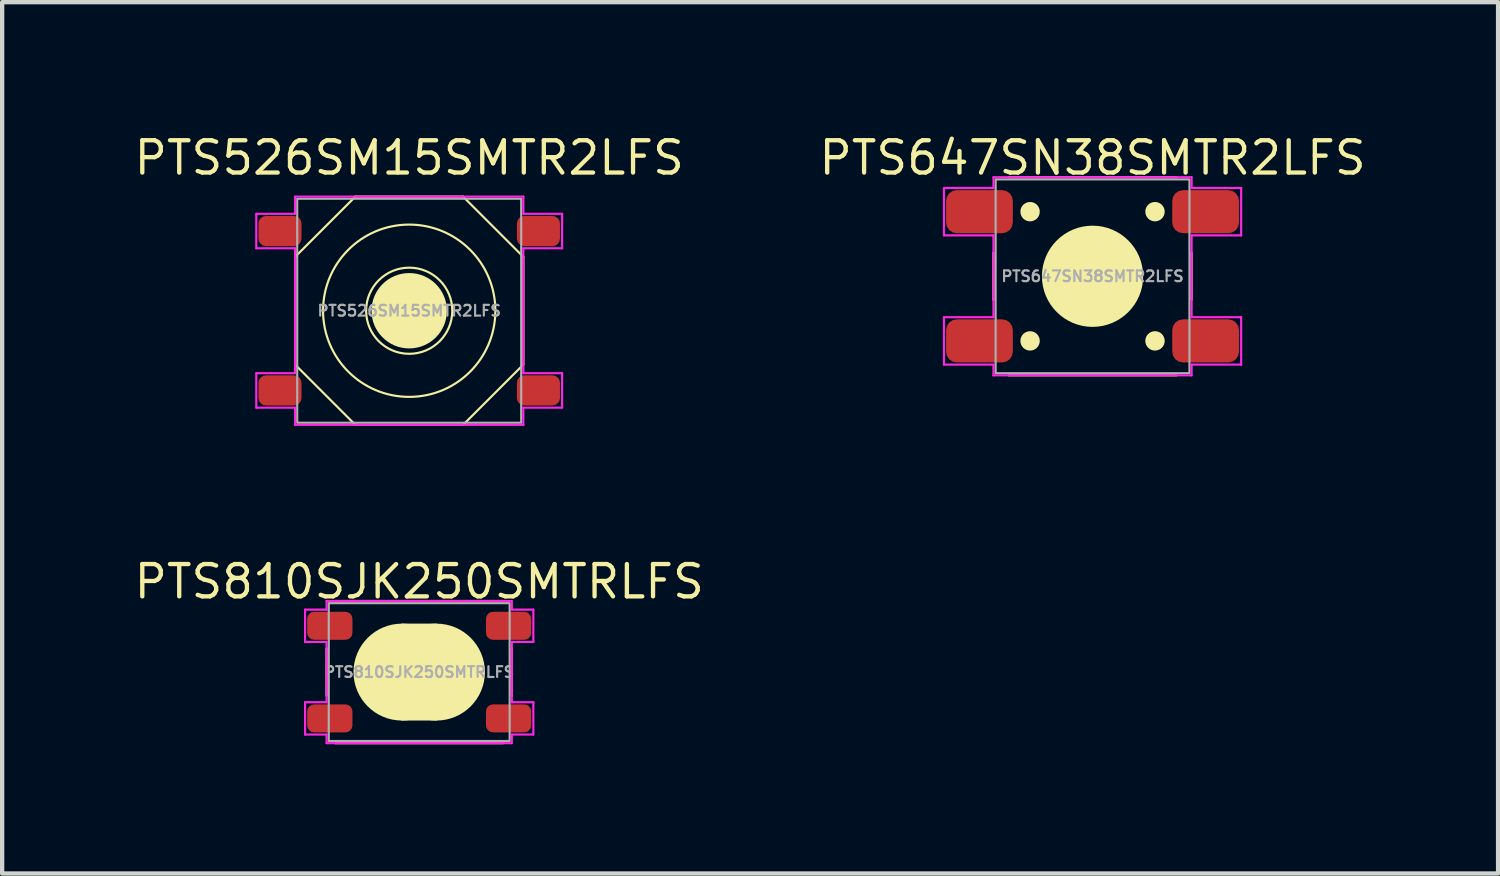
<source format=kicad_pcb>
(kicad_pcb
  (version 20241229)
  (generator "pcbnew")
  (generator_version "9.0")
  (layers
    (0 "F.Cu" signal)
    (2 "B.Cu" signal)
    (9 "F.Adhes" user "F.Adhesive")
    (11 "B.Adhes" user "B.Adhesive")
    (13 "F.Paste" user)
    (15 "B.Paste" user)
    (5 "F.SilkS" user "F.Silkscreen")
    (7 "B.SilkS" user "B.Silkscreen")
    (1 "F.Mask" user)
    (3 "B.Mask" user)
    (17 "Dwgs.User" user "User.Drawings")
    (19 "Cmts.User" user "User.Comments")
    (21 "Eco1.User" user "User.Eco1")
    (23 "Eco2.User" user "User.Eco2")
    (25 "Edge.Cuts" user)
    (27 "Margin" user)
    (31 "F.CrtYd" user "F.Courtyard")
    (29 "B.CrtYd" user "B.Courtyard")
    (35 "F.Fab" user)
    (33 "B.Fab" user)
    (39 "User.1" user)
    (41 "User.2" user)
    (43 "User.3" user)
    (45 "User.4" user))
  (footprint "PTS526SM15SMTR2LFS"
    (layer "F.Cu")
    (at 6.45 4.164)
    (property "Reference" "PTS526SM15SMTR2LFS" (at 0 -3.55 0) (unlocked yes) (layer "F.SilkS") (effects (font (size 0.75 0.75) (thickness 0.1))))
    (attr smd)
    (fp_line (start -2.65 1.25) (end -2.65 -1.25) (stroke (width 0.05) (type solid)) (layer "F.SilkS"))
    (fp_line (start -2.65 1.25) (end -1.25 2.65) (stroke (width 0.05) (type solid)) (layer "F.SilkS"))
    (fp_line (start -1.25 -2.65) (end -2.65 -1.25) (stroke (width 0.05) (type solid)) (layer "F.SilkS"))
    (fp_line (start -1.25 -2.65) (end 1.25 -2.65) (stroke (width 0.05) (type solid)) (layer "F.SilkS"))
    (fp_line (start -1.25 2.65) (end 1.25 2.65) (stroke (width 0.05) (type solid)) (layer "F.SilkS"))
    (fp_line (start 1.25 -2.65) (end 2.65 -1.25) (stroke (width 0.05) (type solid)) (layer "F.SilkS"))
    (fp_line (start 1.25 2.65) (end 2.65 1.25) (stroke (width 0.05) (type solid)) (layer "F.SilkS"))
    (fp_line (start 2.65 1.25) (end 2.65 -1.25) (stroke (width 0.05) (type solid)) (layer "F.SilkS"))
    (fp_circle (center 0 0) (end 0 -2) (stroke (width 0.05) (type solid)) (fill no) (layer "F.SilkS"))
    (fp_circle (center 0 0) (end 0 -1) (stroke (width 0.05) (type solid)) (fill no) (layer "F.SilkS"))
    (fp_circle (center 0 0) (end 0.85 0) (stroke (width 0.05) (type solid)) (fill yes) (layer "F.SilkS"))
    (fp_line (start -3.55 -2.25) (end -2.65 -2.25) (stroke (width 0.05) (type solid)) (layer "F.CrtYd"))
    (fp_line (start -3.55 -1.45) (end -3.55 -2.25) (stroke (width 0.05) (type solid)) (layer "F.CrtYd"))
    (fp_line (start -3.55 1.45) (end -2.65 1.45) (stroke (width 0.05) (type solid)) (layer "F.CrtYd"))
    (fp_line (start -3.55 2.25) (end -3.55 1.45) (stroke (width 0.05) (type solid)) (layer "F.CrtYd"))
    (fp_line (start -2.65 -2.65) (end 2.65 -2.65) (stroke (width 0.05) (type solid)) (layer "F.CrtYd"))
    (fp_line (start -2.65 -2.25) (end -2.65 -2.65) (stroke (width 0.05) (type solid)) (layer "F.CrtYd"))
    (fp_line (start -2.65 -1.45) (end -3.55 -1.45) (stroke (width 0.05) (type solid)) (layer "F.CrtYd"))
    (fp_line (start -2.65 1.45) (end -2.65 -1.45) (stroke (width 0.05) (type solid)) (layer "F.CrtYd"))
    (fp_line (start -2.65 2.25) (end -3.55 2.25) (stroke (width 0.05) (type solid)) (layer "F.CrtYd"))
    (fp_line (start -2.65 2.65) (end -2.65 2.25) (stroke (width 0.05) (type solid)) (layer "F.CrtYd"))
    (fp_line (start 2.65 -2.65) (end 2.65 -2.25) (stroke (width 0.05) (type solid)) (layer "F.CrtYd"))
    (fp_line (start 2.65 -2.25) (end 3.55 -2.25) (stroke (width 0.05) (type solid)) (layer "F.CrtYd"))
    (fp_line (start 2.65 -1.45) (end 2.65 1.45) (stroke (width 0.05) (type solid)) (layer "F.CrtYd"))
    (fp_line (start 2.65 1.45) (end 3.55 1.45) (stroke (width 0.05) (type solid)) (layer "F.CrtYd"))
    (fp_line (start 2.65 2.25) (end 2.65 2.65) (stroke (width 0.05) (type solid)) (layer "F.CrtYd"))
    (fp_line (start 2.65 2.65) (end -2.65 2.65) (stroke (width 0.05) (type solid)) (layer "F.CrtYd"))
    (fp_line (start 3.55 -2.25) (end 3.55 -1.45) (stroke (width 0.05) (type solid)) (layer "F.CrtYd"))
    (fp_line (start 3.55 -1.45) (end 2.65 -1.45) (stroke (width 0.05) (type solid)) (layer "F.CrtYd"))
    (fp_line (start 3.55 1.45) (end 3.55 2.25) (stroke (width 0.05) (type solid)) (layer "F.CrtYd"))
    (fp_line (start 3.55 2.25) (end 2.65 2.25) (stroke (width 0.05) (type solid)) (layer "F.CrtYd"))
    (fp_rect (start -2.6 -2.6) (end 2.6 2.6) (stroke (width 0.05) (type solid)) (fill no) (layer "F.Fab"))
    (fp_text user "${REFERENCE}" (at 0 0 0) (unlocked yes) (layer "F.Fab") (effects (font (size 0.25 0.25) (thickness 0.05))))
    (pad "1" smd roundrect (at -3 -1.85) (size 1 0.7) (layers "F.Cu" "F.Mask" "F.Paste") (roundrect_rratio 0.25))
    (pad "2" smd roundrect (at 3 -1.85) (size 1 0.7) (layers "F.Cu" "F.Mask" "F.Paste") (roundrect_rratio 0.25))
    (pad "3" smd roundrect (at -3 1.85) (size 1 0.7) (layers "F.Cu" "F.Mask" "F.Paste") (roundrect_rratio 0.25))
    (pad "4" smd roundrect (at 3 1.85) (size 1 0.7) (layers "F.Cu" "F.Mask" "F.Paste") (roundrect_rratio 0.25)))
  (footprint "PTS810SJK250SMTRLFS"
    (layer "F.Cu")
    (at 6.682 12.553)
    (property "Reference" "PTS810SJK250SMTRLFS" (at 0 -2.1 0) (unlocked yes) (layer "F.SilkS") (effects (font (size 0.75 0.75) (thickness 0.1))))
    (attr smd)
    (fp_line (start -2.15 -0.55) (end -2.15 0.55) (stroke (width 0.05) (type solid)) (layer "F.SilkS"))
    (fp_line (start -1.95 -1.65) (end 1.95 -1.65) (stroke (width 0.05) (type solid)) (layer "F.SilkS"))
    (fp_line (start -1.95 1.65) (end 1.95 1.65) (stroke (width 0.05) (type solid)) (layer "F.SilkS"))
    (fp_line (start 2.15 -0.55) (end 2.15 0.55) (stroke (width 0.05) (type solid)) (layer "F.SilkS"))
    (fp_rect (start 0.4 1.1) (end -0.4 -1.1) (stroke (width 0.05) (type solid)) (fill yes) (layer "F.SilkS"))
    (fp_circle (center -0.4 0) (end 0.7 0) (stroke (width 0.05) (type solid)) (fill yes) (layer "F.SilkS"))
    (fp_circle (center 0.4 0) (end 1.5 0) (stroke (width 0.05) (type solid)) (fill yes) (layer "F.SilkS"))
    (fp_line (start -2.65 -1.45) (end -2.15 -1.45) (stroke (width 0.05) (type solid)) (layer "F.CrtYd"))
    (fp_line (start -2.65 -0.7) (end -2.65 -1.45) (stroke (width 0.05) (type solid)) (layer "F.CrtYd"))
    (fp_line (start -2.65 0.7) (end -2.15 0.7) (stroke (width 0.05) (type solid)) (layer "F.CrtYd"))
    (fp_line (start -2.65 1.45) (end -2.65 0.7) (stroke (width 0.05) (type solid)) (layer "F.CrtYd"))
    (fp_line (start -2.15 -1.65) (end 2.15 -1.65) (stroke (width 0.05) (type solid)) (layer "F.CrtYd"))
    (fp_line (start -2.15 -1.45) (end -2.15 -1.65) (stroke (width 0.05) (type solid)) (layer "F.CrtYd"))
    (fp_line (start -2.15 -0.7) (end -2.65 -0.7) (stroke (width 0.05) (type solid)) (layer "F.CrtYd"))
    (fp_line (start -2.15 0.7) (end -2.15 -0.7) (stroke (width 0.05) (type solid)) (layer "F.CrtYd"))
    (fp_line (start -2.15 1.45) (end -2.65 1.45) (stroke (width 0.05) (type solid)) (layer "F.CrtYd"))
    (fp_line (start -2.15 1.65) (end -2.15 1.45) (stroke (width 0.05) (type solid)) (layer "F.CrtYd"))
    (fp_line (start 2.15 -1.65) (end 2.15 -1.45) (stroke (width 0.05) (type solid)) (layer "F.CrtYd"))
    (fp_line (start 2.15 -1.45) (end 2.65 -1.45) (stroke (width 0.05) (type solid)) (layer "F.CrtYd"))
    (fp_line (start 2.15 -0.7) (end 2.15 0.7) (stroke (width 0.05) (type solid)) (layer "F.CrtYd"))
    (fp_line (start 2.15 0.7) (end 2.65 0.7) (stroke (width 0.05) (type solid)) (layer "F.CrtYd"))
    (fp_line (start 2.15 1.45) (end 2.15 1.65) (stroke (width 0.05) (type solid)) (layer "F.CrtYd"))
    (fp_line (start 2.15 1.65) (end -2.15 1.65) (stroke (width 0.05) (type solid)) (layer "F.CrtYd"))
    (fp_line (start 2.65 -1.45) (end 2.65 -0.7) (stroke (width 0.05) (type solid)) (layer "F.CrtYd"))
    (fp_line (start 2.65 -0.7) (end 2.15 -0.7) (stroke (width 0.05) (type solid)) (layer "F.CrtYd"))
    (fp_line (start 2.65 0.7) (end 2.65 1.45) (stroke (width 0.05) (type solid)) (layer "F.CrtYd"))
    (fp_line (start 2.65 1.45) (end 2.15 1.45) (stroke (width 0.05) (type solid)) (layer "F.CrtYd"))
    (fp_rect (start -2.1 -1.6) (end 2.1 1.6) (stroke (width 0.05) (type solid)) (fill no) (layer "F.Fab"))
    (fp_text user "${REFERENCE}" (at 0 0 0) (unlocked yes) (layer "F.Fab") (effects (font (size 0.25 0.25) (thickness 0.05))))
    (pad "1" smd roundrect (at -2.075 -1.075) (size 1.05 0.65) (layers "F.Cu" "F.Mask" "F.Paste") (roundrect_rratio 0.25))
    (pad "2" smd roundrect (at 2.075 -1.075) (size 1.05 0.65) (layers "F.Cu" "F.Mask" "F.Paste") (roundrect_rratio 0.25))
    (pad "3" smd roundrect (at -2.075 1.075) (size 1.05 0.65) (layers "F.Cu" "F.Mask" "F.Paste") (roundrect_rratio 0.25))
    (pad "4" smd roundrect (at 2.075 1.075) (size 1.05 0.65) (layers "F.Cu" "F.Mask" "F.Paste") (roundrect_rratio 0.25)))
  (footprint "PTS647SN38SMTR2LFS"
    (layer "F.Cu")
    (at 22.314 3.364)
    (property "Reference" "PTS647SN38SMTR2LFS" (at 0 -2.75 0) (unlocked yes) (layer "F.SilkS") (effects (font (size 0.75 0.75) (thickness 0.1))))
    (attr smd)
    (fp_line (start -2.3 -0.55) (end -2.3 0.55) (stroke (width 0.05) (type solid)) (layer "F.SilkS"))
    (fp_line (start -1.95 -2.3) (end 1.95 -2.3) (stroke (width 0.05) (type solid)) (layer "F.SilkS"))
    (fp_line (start -1.95 2.3) (end 1.95 2.3) (stroke (width 0.05) (type solid)) (layer "F.SilkS"))
    (fp_line (start 2.3 -0.55) (end 2.3 0.55) (stroke (width 0.05) (type solid)) (layer "F.SilkS"))
    (fp_circle (center -1.45 -1.5) (end -1.25 -1.5) (stroke (width 0.05) (type solid)) (fill yes) (layer "F.SilkS"))
    (fp_circle (center -1.45 1.5) (end -1.25 1.5) (stroke (width 0.05) (type solid)) (fill yes) (layer "F.SilkS"))
    (fp_circle (center 0 0) (end 1.15 0) (stroke (width 0.05) (type solid)) (fill yes) (layer "F.SilkS"))
    (fp_circle (center 1.45 -1.5) (end 1.65 -1.5) (stroke (width 0.05) (type solid)) (fill yes) (layer "F.SilkS"))
    (fp_circle (center 1.45 1.5) (end 1.65 1.5) (stroke (width 0.05) (type solid)) (fill yes) (layer "F.SilkS"))
    (fp_line (start -3.45 -2.05) (end -2.3 -2.05) (stroke (width 0.05) (type solid)) (layer "F.CrtYd"))
    (fp_line (start -3.45 -0.95) (end -3.45 -2.05) (stroke (width 0.05) (type solid)) (layer "F.CrtYd"))
    (fp_line (start -3.45 0.95) (end -2.3 0.95) (stroke (width 0.05) (type solid)) (layer "F.CrtYd"))
    (fp_line (start -3.45 2.05) (end -3.45 0.95) (stroke (width 0.05) (type solid)) (layer "F.CrtYd"))
    (fp_line (start -2.3 -2.3) (end 2.3 -2.3) (stroke (width 0.05) (type solid)) (layer "F.CrtYd"))
    (fp_line (start -2.3 -2.05) (end -2.3 -2.3) (stroke (width 0.05) (type solid)) (layer "F.CrtYd"))
    (fp_line (start -2.3 -0.95) (end -3.45 -0.95) (stroke (width 0.05) (type solid)) (layer "F.CrtYd"))
    (fp_line (start -2.3 0.95) (end -2.3 -0.95) (stroke (width 0.05) (type solid)) (layer "F.CrtYd"))
    (fp_line (start -2.3 2.05) (end -3.45 2.05) (stroke (width 0.05) (type solid)) (layer "F.CrtYd"))
    (fp_line (start -2.3 2.3) (end -2.3 2.05) (stroke (width 0.05) (type solid)) (layer "F.CrtYd"))
    (fp_line (start 2.3 -2.3) (end 2.3 -2.05) (stroke (width 0.05) (type solid)) (layer "F.CrtYd"))
    (fp_line (start 2.3 -2.05) (end 3.45 -2.05) (stroke (width 0.05) (type solid)) (layer "F.CrtYd"))
    (fp_line (start 2.3 -0.95) (end 2.3 0.95) (stroke (width 0.05) (type solid)) (layer "F.CrtYd"))
    (fp_line (start 2.3 0.95) (end 3.45 0.95) (stroke (width 0.05) (type solid)) (layer "F.CrtYd"))
    (fp_line (start 2.3 2.05) (end 2.3 2.3) (stroke (width 0.05) (type solid)) (layer "F.CrtYd"))
    (fp_line (start 2.3 2.3) (end -2.3 2.3) (stroke (width 0.05) (type solid)) (layer "F.CrtYd"))
    (fp_line (start 3.45 -2.05) (end 3.45 -0.95) (stroke (width 0.05) (type solid)) (layer "F.CrtYd"))
    (fp_line (start 3.45 -0.95) (end 2.3 -0.95) (stroke (width 0.05) (type solid)) (layer "F.CrtYd"))
    (fp_line (start 3.45 0.95) (end 3.45 2.05) (stroke (width 0.05) (type solid)) (layer "F.CrtYd"))
    (fp_line (start 3.45 2.05) (end 2.3 2.05) (stroke (width 0.05) (type solid)) (layer "F.CrtYd"))
    (fp_rect (start -2.25 -2.25) (end 2.25 2.25) (stroke (width 0.05) (type solid)) (fill no) (layer "F.Fab"))
    (fp_text user "${REFERENCE}" (at 0 0 0) (unlocked yes) (layer "F.Fab") (effects (font (size 0.25 0.25) (thickness 0.05))))
    (pad "1" smd roundrect (at -2.625 -1.5) (size 1.55 1) (layers "F.Cu" "F.Mask" "F.Paste") (roundrect_rratio 0.25))
    (pad "2" smd roundrect (at 2.625 -1.5) (size 1.55 1) (layers "F.Cu" "F.Mask" "F.Paste") (roundrect_rratio 0.25))
    (pad "3" smd roundrect (at -2.625 1.5) (size 1.55 1) (layers "F.Cu" "F.Mask" "F.Paste") (roundrect_rratio 0.25))
    (pad "4" smd roundrect (at 2.625 1.5) (size 1.55 1) (layers "F.Cu" "F.Mask" "F.Paste") (roundrect_rratio 0.25)))
  (gr_rect
    (start -3 -3)
    (end 31.729 17.229)
    (stroke (width 0.1) (type default))
    (fill no)
    (layer "Edge.Cuts")))
</source>
